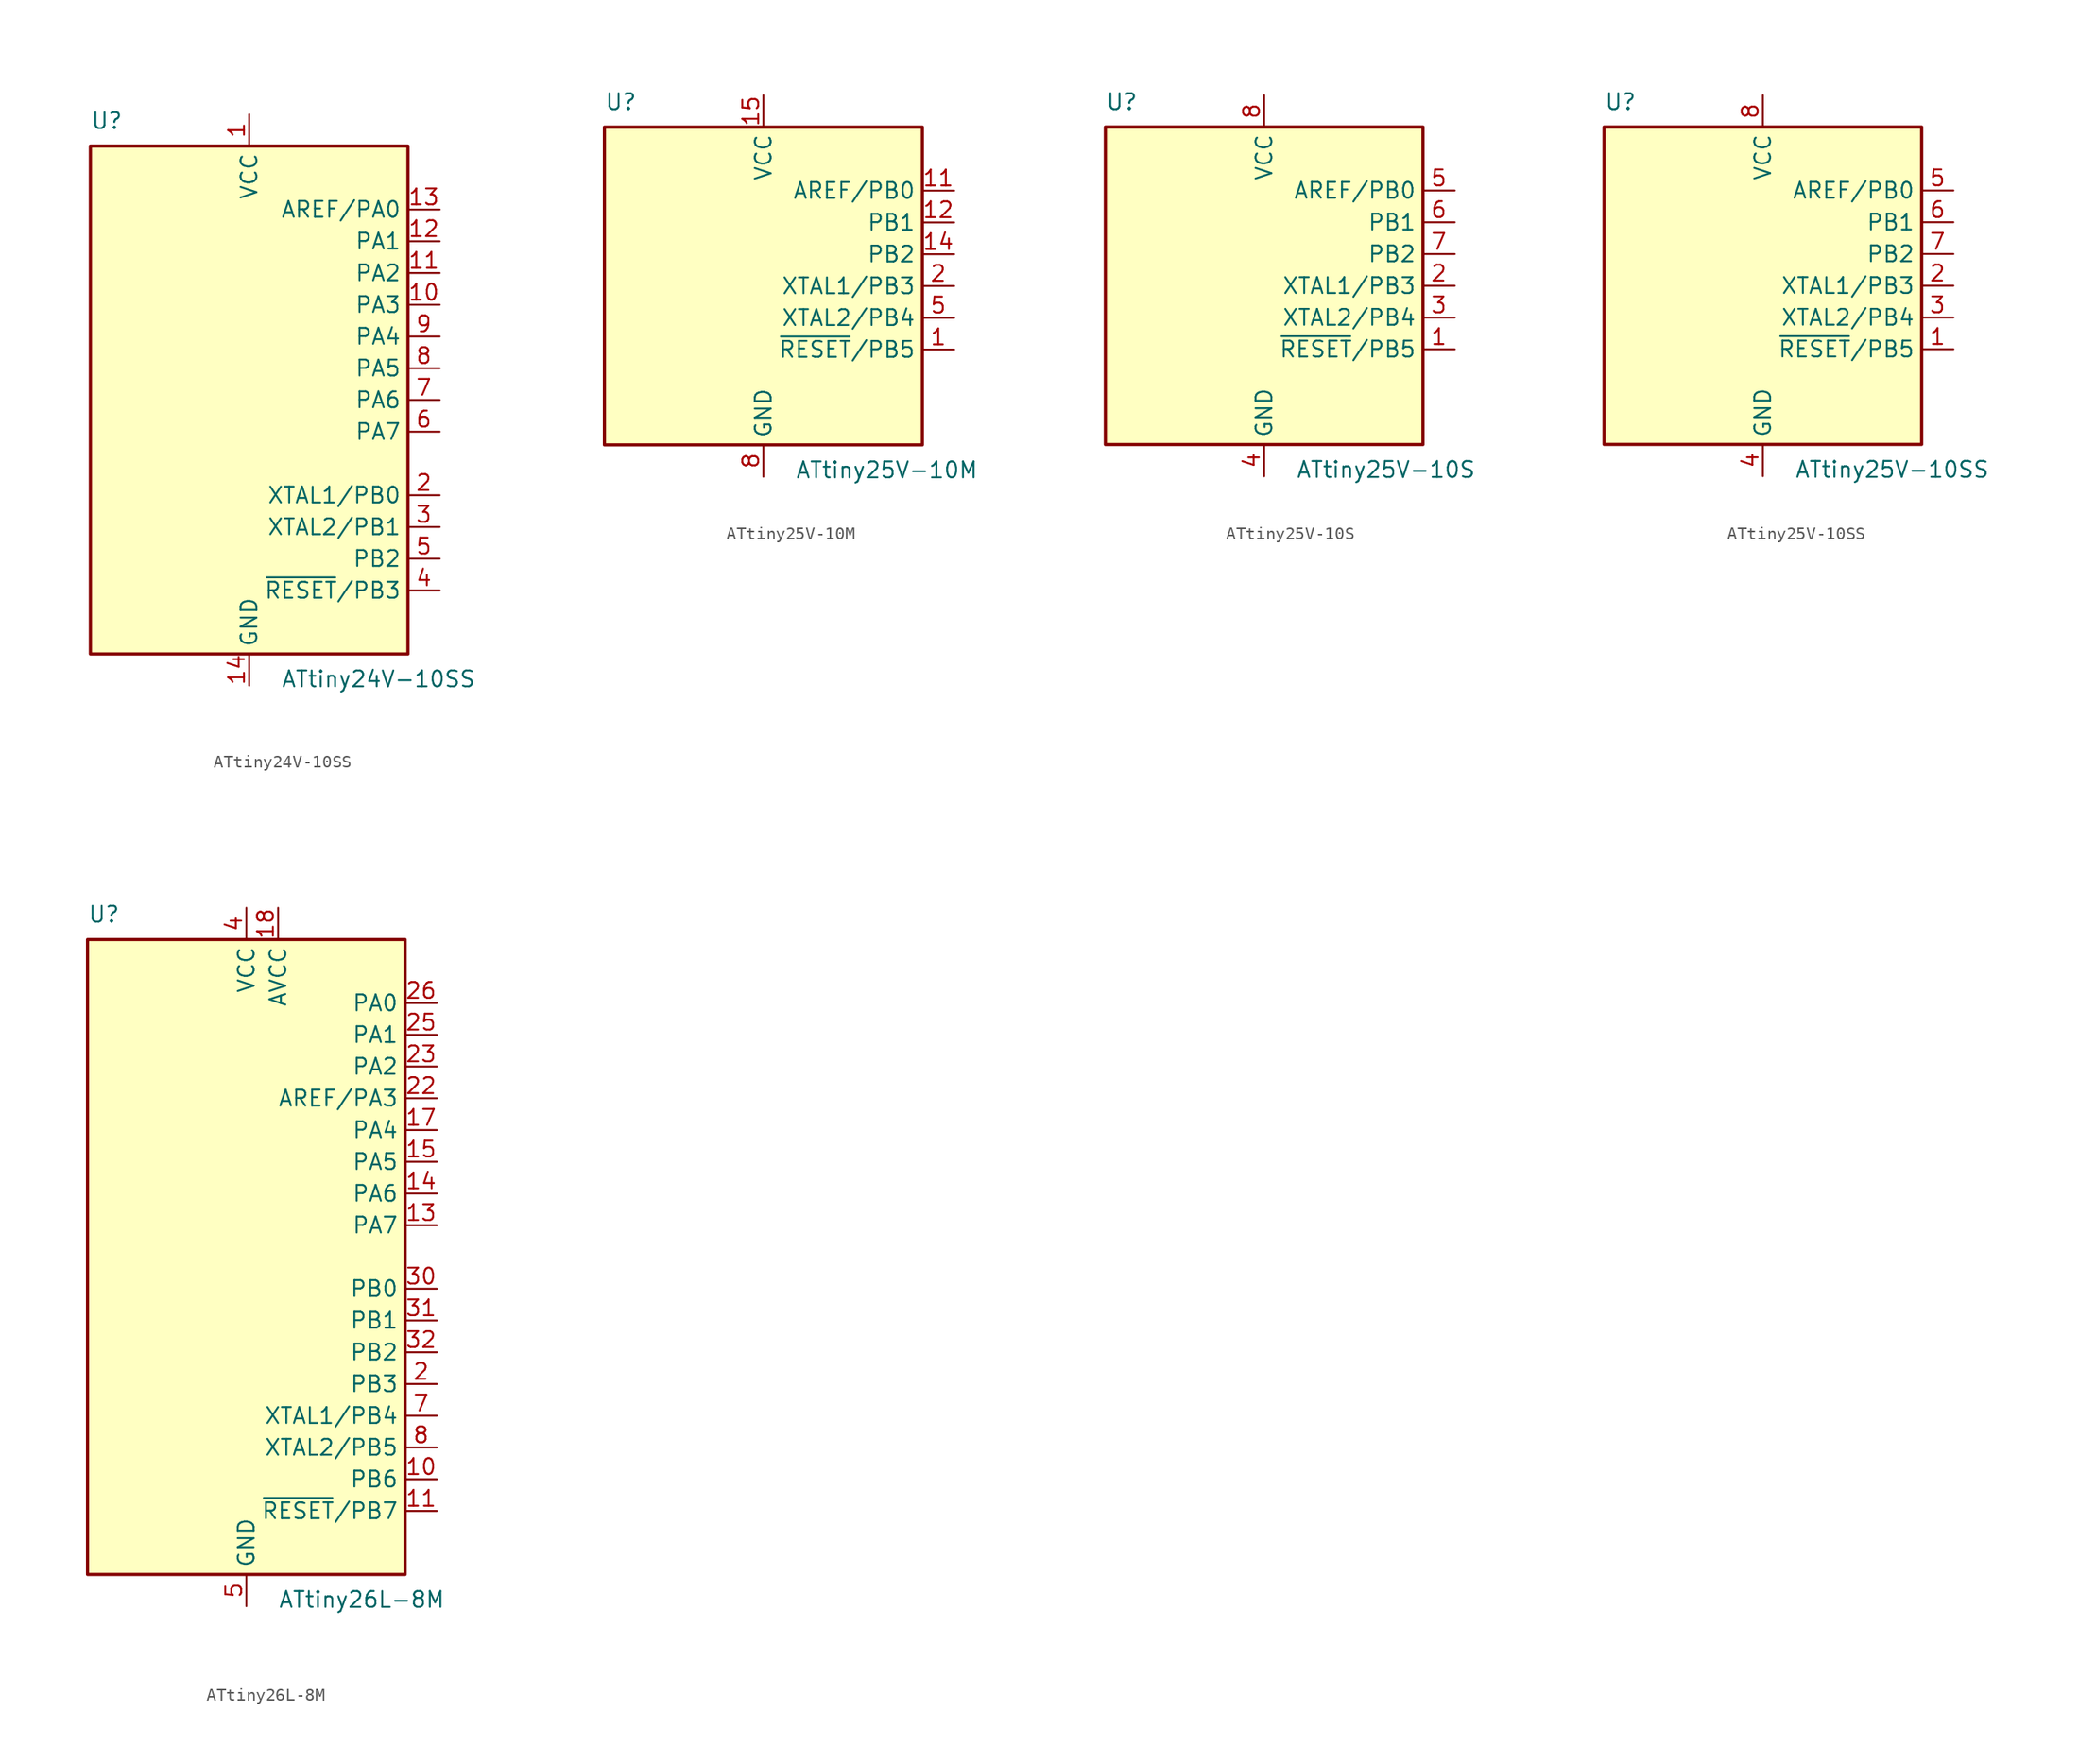
<source format=kicad_sym>
(kicad_symbol_lib
  (version 20241209)
  (generator "kicad_symbol_editor")
  (generator_version "9.0")
  (symbol "ATtiny24V-10SS"
    (property "Reference" "U"
      (at -12.7 21.59 0)
      (effects (font (size 1.27 1.27)) (justify left bottom)))
    (property "Value" "ATtiny24V-10SS"
      (at 2.54 -21.59 0)
      (effects (font (size 1.27 1.27)) (justify left top)))
    (symbol "ATtiny24V-10SS_0_1"
      (rectangle (start -12.7 -20.32) (end 12.7 20.32) (stroke (width 0.254) (type default)) (fill (type background))))
    (symbol "ATtiny24V-10SS_1_1"
      (pin power_in line (at 0 22.86 270) (length 2.54) (name "VCC" (effects (font (size 1.27 1.27)))) (number "1" (effects (font (size 1.27 1.27)))))
      (pin power_in line (at 0 -22.86 90) (length 2.54) (name "GND" (effects (font (size 1.27 1.27)))) (number "14" (effects (font (size 1.27 1.27)))))
      (pin bidirectional line (at 15.24 15.24 180) (length 2.54) (name "AREF/PA0" (effects (font (size 1.27 1.27)))) (number "13" (effects (font (size 1.27 1.27)))))
      (pin bidirectional line (at 15.24 12.7 180) (length 2.54) (name "PA1" (effects (font (size 1.27 1.27)))) (number "12" (effects (font (size 1.27 1.27)))))
      (pin bidirectional line (at 15.24 10.16 180) (length 2.54) (name "PA2" (effects (font (size 1.27 1.27)))) (number "11" (effects (font (size 1.27 1.27)))))
      (pin bidirectional line (at 15.24 7.62 180) (length 2.54) (name "PA3" (effects (font (size 1.27 1.27)))) (number "10" (effects (font (size 1.27 1.27)))))
      (pin bidirectional line (at 15.24 5.08 180) (length 2.54) (name "PA4" (effects (font (size 1.27 1.27)))) (number "9" (effects (font (size 1.27 1.27)))))
      (pin bidirectional line (at 15.24 2.54 180) (length 2.54) (name "PA5" (effects (font (size 1.27 1.27)))) (number "8" (effects (font (size 1.27 1.27)))))
      (pin bidirectional line (at 15.24 0 180) (length 2.54) (name "PA6" (effects (font (size 1.27 1.27)))) (number "7" (effects (font (size 1.27 1.27)))))
      (pin bidirectional line (at 15.24 -2.54 180) (length 2.54) (name "PA7" (effects (font (size 1.27 1.27)))) (number "6" (effects (font (size 1.27 1.27)))))
      (pin bidirectional line (at 15.24 -7.62 180) (length 2.54) (name "XTAL1/PB0" (effects (font (size 1.27 1.27)))) (number "2" (effects (font (size 1.27 1.27)))))
      (pin bidirectional line (at 15.24 -10.16 180) (length 2.54) (name "XTAL2/PB1" (effects (font (size 1.27 1.27)))) (number "3" (effects (font (size 1.27 1.27)))))
      (pin bidirectional line (at 15.24 -12.7 180) (length 2.54) (name "PB2" (effects (font (size 1.27 1.27)))) (number "5" (effects (font (size 1.27 1.27)))))
      (pin bidirectional line (at 15.24 -15.24 180) (length 2.54) (name "~{RESET}/PB3" (effects (font (size 1.27 1.27)))) (number "4" (effects (font (size 1.27 1.27)))))))
  (symbol "ATtiny25V-10M"
    (property "Reference" "U"
      (at -12.7 13.97 0)
      (effects (font (size 1.27 1.27)) (justify left bottom)))
    (property "Value" "ATtiny25V-10M"
      (at 2.54 -13.97 0)
      (effects (font (size 1.27 1.27)) (justify left top)))
    (symbol "ATtiny25V-10M_0_1"
      (rectangle (start -12.7 -12.7) (end 12.7 12.7) (stroke (width 0.254) (type default)) (fill (type background))))
    (symbol "ATtiny25V-10M_1_1"
      (pin no_connect line (at -12.7 10.16 0) (length 2.54) (hide yes) (name "NC" (effects (font (size 1.27 1.27)))) (number "3" (effects (font (size 1.27 1.27)))))
      (pin no_connect line (at -12.7 7.62 0) (length 2.54) (hide yes) (name "NC" (effects (font (size 1.27 1.27)))) (number "4" (effects (font (size 1.27 1.27)))))
      (pin no_connect line (at -12.7 5.08 0) (length 2.54) (hide yes) (name "NC" (effects (font (size 1.27 1.27)))) (number "6" (effects (font (size 1.27 1.27)))))
      (pin no_connect line (at -12.7 2.54 0) (length 2.54) (hide yes) (name "NC" (effects (font (size 1.27 1.27)))) (number "7" (effects (font (size 1.27 1.27)))))
      (pin no_connect line (at -12.7 0 0) (length 2.54) (hide yes) (name "NC" (effects (font (size 1.27 1.27)))) (number "9" (effects (font (size 1.27 1.27)))))
      (pin no_connect line (at -12.7 -2.54 0) (length 2.54) (hide yes) (name "NC" (effects (font (size 1.27 1.27)))) (number "10" (effects (font (size 1.27 1.27)))))
      (pin no_connect line (at -12.7 -5.08 0) (length 2.54) (hide yes) (name "NC" (effects (font (size 1.27 1.27)))) (number "13" (effects (font (size 1.27 1.27)))))
      (pin no_connect line (at -12.7 -7.62 0) (length 2.54) (hide yes) (name "NC" (effects (font (size 1.27 1.27)))) (number "16" (effects (font (size 1.27 1.27)))))
      (pin no_connect line (at -12.7 -10.16 0) (length 2.54) (hide yes) (name "NC" (effects (font (size 1.27 1.27)))) (number "17" (effects (font (size 1.27 1.27)))))
      (pin no_connect line (at -7.62 -12.7 90) (length 2.54) (hide yes) (name "NC" (effects (font (size 1.27 1.27)))) (number "18" (effects (font (size 1.27 1.27)))))
      (pin no_connect line (at -5.08 -12.7 90) (length 2.54) (hide yes) (name "NC" (effects (font (size 1.27 1.27)))) (number "19" (effects (font (size 1.27 1.27)))))
      (pin no_connect line (at -2.54 -12.7 90) (length 2.54) (hide yes) (name "NC" (effects (font (size 1.27 1.27)))) (number "20" (effects (font (size 1.27 1.27)))))
      (pin power_in line (at 0 15.24 270) (length 2.54) (name "VCC" (effects (font (size 1.27 1.27)))) (number "15" (effects (font (size 1.27 1.27)))))
      (pin passive line (at 0 -15.24 90) (length 2.54) (hide yes) (name "GND" (effects (font (size 1.27 1.27)))) (number "21" (effects (font (size 1.27 1.27)))))
      (pin power_in line (at 0 -15.24 90) (length 2.54) (name "GND" (effects (font (size 1.27 1.27)))) (number "8" (effects (font (size 1.27 1.27)))))
      (pin bidirectional line (at 15.24 7.62 180) (length 2.54) (name "AREF/PB0" (effects (font (size 1.27 1.27)))) (number "11" (effects (font (size 1.27 1.27)))))
      (pin bidirectional line (at 15.24 5.08 180) (length 2.54) (name "PB1" (effects (font (size 1.27 1.27)))) (number "12" (effects (font (size 1.27 1.27)))))
      (pin bidirectional line (at 15.24 2.54 180) (length 2.54) (name "PB2" (effects (font (size 1.27 1.27)))) (number "14" (effects (font (size 1.27 1.27)))))
      (pin bidirectional line (at 15.24 0 180) (length 2.54) (name "XTAL1/PB3" (effects (font (size 1.27 1.27)))) (number "2" (effects (font (size 1.27 1.27)))))
      (pin bidirectional line (at 15.24 -2.54 180) (length 2.54) (name "XTAL2/PB4" (effects (font (size 1.27 1.27)))) (number "5" (effects (font (size 1.27 1.27)))))
      (pin bidirectional line (at 15.24 -5.08 180) (length 2.54) (name "~{RESET}/PB5" (effects (font (size 1.27 1.27)))) (number "1" (effects (font (size 1.27 1.27)))))))
  (symbol "ATtiny25V-10S"
    (property "Reference" "U"
      (at -12.7 13.97 0)
      (effects (font (size 1.27 1.27)) (justify left bottom)))
    (property "Value" "ATtiny25V-10S"
      (at 2.54 -13.97 0)
      (effects (font (size 1.27 1.27)) (justify left top)))
    (symbol "ATtiny25V-10S_0_1"
      (rectangle (start -12.7 -12.7) (end 12.7 12.7) (stroke (width 0.254) (type default)) (fill (type background))))
    (symbol "ATtiny25V-10S_1_1"
      (pin power_in line (at 0 15.24 270) (length 2.54) (name "VCC" (effects (font (size 1.27 1.27)))) (number "8" (effects (font (size 1.27 1.27)))))
      (pin power_in line (at 0 -15.24 90) (length 2.54) (name "GND" (effects (font (size 1.27 1.27)))) (number "4" (effects (font (size 1.27 1.27)))))
      (pin bidirectional line (at 15.24 7.62 180) (length 2.54) (name "AREF/PB0" (effects (font (size 1.27 1.27)))) (number "5" (effects (font (size 1.27 1.27)))))
      (pin bidirectional line (at 15.24 5.08 180) (length 2.54) (name "PB1" (effects (font (size 1.27 1.27)))) (number "6" (effects (font (size 1.27 1.27)))))
      (pin bidirectional line (at 15.24 2.54 180) (length 2.54) (name "PB2" (effects (font (size 1.27 1.27)))) (number "7" (effects (font (size 1.27 1.27)))))
      (pin bidirectional line (at 15.24 0 180) (length 2.54) (name "XTAL1/PB3" (effects (font (size 1.27 1.27)))) (number "2" (effects (font (size 1.27 1.27)))))
      (pin bidirectional line (at 15.24 -2.54 180) (length 2.54) (name "XTAL2/PB4" (effects (font (size 1.27 1.27)))) (number "3" (effects (font (size 1.27 1.27)))))
      (pin bidirectional line (at 15.24 -5.08 180) (length 2.54) (name "~{RESET}/PB5" (effects (font (size 1.27 1.27)))) (number "1" (effects (font (size 1.27 1.27)))))))
  (symbol "ATtiny25V-10SS"
    (property "Reference" "U"
      (at -12.7 13.97 0)
      (effects (font (size 1.27 1.27)) (justify left bottom)))
    (property "Value" "ATtiny25V-10SS"
      (at 2.54 -13.97 0)
      (effects (font (size 1.27 1.27)) (justify left top)))
    (symbol "ATtiny25V-10SS_0_1"
      (rectangle (start -12.7 -12.7) (end 12.7 12.7) (stroke (width 0.254) (type default)) (fill (type background))))
    (symbol "ATtiny25V-10SS_1_1"
      (pin power_in line (at 0 15.24 270) (length 2.54) (name "VCC" (effects (font (size 1.27 1.27)))) (number "8" (effects (font (size 1.27 1.27)))))
      (pin power_in line (at 0 -15.24 90) (length 2.54) (name "GND" (effects (font (size 1.27 1.27)))) (number "4" (effects (font (size 1.27 1.27)))))
      (pin bidirectional line (at 15.24 7.62 180) (length 2.54) (name "AREF/PB0" (effects (font (size 1.27 1.27)))) (number "5" (effects (font (size 1.27 1.27)))))
      (pin bidirectional line (at 15.24 5.08 180) (length 2.54) (name "PB1" (effects (font (size 1.27 1.27)))) (number "6" (effects (font (size 1.27 1.27)))))
      (pin bidirectional line (at 15.24 2.54 180) (length 2.54) (name "PB2" (effects (font (size 1.27 1.27)))) (number "7" (effects (font (size 1.27 1.27)))))
      (pin bidirectional line (at 15.24 0 180) (length 2.54) (name "XTAL1/PB3" (effects (font (size 1.27 1.27)))) (number "2" (effects (font (size 1.27 1.27)))))
      (pin bidirectional line (at 15.24 -2.54 180) (length 2.54) (name "XTAL2/PB4" (effects (font (size 1.27 1.27)))) (number "3" (effects (font (size 1.27 1.27)))))
      (pin bidirectional line (at 15.24 -5.08 180) (length 2.54) (name "~{RESET}/PB5" (effects (font (size 1.27 1.27)))) (number "1" (effects (font (size 1.27 1.27)))))))
  (symbol "ATtiny26L-8M"
    (property "Reference" "U"
      (at -12.7 26.67 0)
      (effects (font (size 1.27 1.27)) (justify left bottom)))
    (property "Value" "ATtiny26L-8M"
      (at 2.54 -26.67 0)
      (effects (font (size 1.27 1.27)) (justify left top)))
    (symbol "ATtiny26L-8M_0_1"
      (rectangle (start -12.7 -25.4) (end 12.7 25.4) (stroke (width 0.254) (type default)) (fill (type background))))
    (symbol "ATtiny26L-8M_1_1"
      (pin no_connect line (at -12.7 5.08 0) (length 2.54) (hide yes) (name "NC" (effects (font (size 1.27 1.27)))) (number "1" (effects (font (size 1.27 1.27)))))
      (pin no_connect line (at -12.7 2.54 0) (length 2.54) (hide yes) (name "NC" (effects (font (size 1.27 1.27)))) (number "3" (effects (font (size 1.27 1.27)))))
      (pin no_connect line (at -12.7 0 0) (length 2.54) (hide yes) (name "NC" (effects (font (size 1.27 1.27)))) (number "6" (effects (font (size 1.27 1.27)))))
      (pin no_connect line (at -12.7 -2.54 0) (length 2.54) (hide yes) (name "NC" (effects (font (size 1.27 1.27)))) (number "9" (effects (font (size 1.27 1.27)))))
      (pin no_connect line (at -12.7 -5.08 0) (length 2.54) (hide yes) (name "NC" (effects (font (size 1.27 1.27)))) (number "12" (effects (font (size 1.27 1.27)))))
      (pin no_connect line (at -12.7 -7.62 0) (length 2.54) (hide yes) (name "NC" (effects (font (size 1.27 1.27)))) (number "16" (effects (font (size 1.27 1.27)))))
      (pin no_connect line (at -12.7 -10.16 0) (length 2.54) (hide yes) (name "NC" (effects (font (size 1.27 1.27)))) (number "19" (effects (font (size 1.27 1.27)))))
      (pin no_connect line (at -12.7 -12.7 0) (length 2.54) (hide yes) (name "NC" (effects (font (size 1.27 1.27)))) (number "20" (effects (font (size 1.27 1.27)))))
      (pin no_connect line (at -12.7 -15.24 0) (length 2.54) (hide yes) (name "NC" (effects (font (size 1.27 1.27)))) (number "24" (effects (font (size 1.27 1.27)))))
      (pin no_connect line (at -12.7 -17.78 0) (length 2.54) (hide yes) (name "NC" (effects (font (size 1.27 1.27)))) (number "27" (effects (font (size 1.27 1.27)))))
      (pin no_connect line (at -12.7 -20.32 0) (length 2.54) (hide yes) (name "NC" (effects (font (size 1.27 1.27)))) (number "28" (effects (font (size 1.27 1.27)))))
      (pin no_connect line (at -12.7 -22.86 0) (length 2.54) (hide yes) (name "NC" (effects (font (size 1.27 1.27)))) (number "29" (effects (font (size 1.27 1.27)))))
      (pin power_in line (at 0 27.94 270) (length 2.54) (name "VCC" (effects (font (size 1.27 1.27)))) (number "4" (effects (font (size 1.27 1.27)))))
      (pin passive line (at 0 -27.94 90) (length 2.54) (hide yes) (name "GND" (effects (font (size 1.27 1.27)))) (number "21" (effects (font (size 1.27 1.27)))))
      (pin passive line (at 0 -27.94 90) (length 2.54) (hide yes) (name "GND" (effects (font (size 1.27 1.27)))) (number "33" (effects (font (size 1.27 1.27)))))
      (pin power_in line (at 0 -27.94 90) (length 2.54) (name "GND" (effects (font (size 1.27 1.27)))) (number "5" (effects (font (size 1.27 1.27)))))
      (pin power_in line (at 2.54 27.94 270) (length 2.54) (name "AVCC" (effects (font (size 1.27 1.27)))) (number "18" (effects (font (size 1.27 1.27)))))
      (pin bidirectional line (at 15.24 20.32 180) (length 2.54) (name "PA0" (effects (font (size 1.27 1.27)))) (number "26" (effects (font (size 1.27 1.27)))))
      (pin bidirectional line (at 15.24 17.78 180) (length 2.54) (name "PA1" (effects (font (size 1.27 1.27)))) (number "25" (effects (font (size 1.27 1.27)))))
      (pin bidirectional line (at 15.24 15.24 180) (length 2.54) (name "PA2" (effects (font (size 1.27 1.27)))) (number "23" (effects (font (size 1.27 1.27)))))
      (pin bidirectional line (at 15.24 12.7 180) (length 2.54) (name "AREF/PA3" (effects (font (size 1.27 1.27)))) (number "22" (effects (font (size 1.27 1.27)))))
      (pin bidirectional line (at 15.24 10.16 180) (length 2.54) (name "PA4" (effects (font (size 1.27 1.27)))) (number "17" (effects (font (size 1.27 1.27)))))
      (pin bidirectional line (at 15.24 7.62 180) (length 2.54) (name "PA5" (effects (font (size 1.27 1.27)))) (number "15" (effects (font (size 1.27 1.27)))))
      (pin bidirectional line (at 15.24 5.08 180) (length 2.54) (name "PA6" (effects (font (size 1.27 1.27)))) (number "14" (effects (font (size 1.27 1.27)))))
      (pin bidirectional line (at 15.24 2.54 180) (length 2.54) (name "PA7" (effects (font (size 1.27 1.27)))) (number "13" (effects (font (size 1.27 1.27)))))
      (pin bidirectional line (at 15.24 -2.54 180) (length 2.54) (name "PB0" (effects (font (size 1.27 1.27)))) (number "30" (effects (font (size 1.27 1.27)))))
      (pin bidirectional line (at 15.24 -5.08 180) (length 2.54) (name "PB1" (effects (font (size 1.27 1.27)))) (number "31" (effects (font (size 1.27 1.27)))))
      (pin bidirectional line (at 15.24 -7.62 180) (length 2.54) (name "PB2" (effects (font (size 1.27 1.27)))) (number "32" (effects (font (size 1.27 1.27)))))
      (pin bidirectional line (at 15.24 -10.16 180) (length 2.54) (name "PB3" (effects (font (size 1.27 1.27)))) (number "2" (effects (font (size 1.27 1.27)))))
      (pin bidirectional line (at 15.24 -12.7 180) (length 2.54) (name "XTAL1/PB4" (effects (font (size 1.27 1.27)))) (number "7" (effects (font (size 1.27 1.27)))))
      (pin bidirectional line (at 15.24 -15.24 180) (length 2.54) (name "XTAL2/PB5" (effects (font (size 1.27 1.27)))) (number "8" (effects (font (size 1.27 1.27)))))
      (pin bidirectional line (at 15.24 -17.78 180) (length 2.54) (name "PB6" (effects (font (size 1.27 1.27)))) (number "10" (effects (font (size 1.27 1.27)))))
      (pin bidirectional line (at 15.24 -20.32 180) (length 2.54) (name "~{RESET}/PB7" (effects (font (size 1.27 1.27)))) (number "11" (effects (font (size 1.27 1.27))))))))
</source>
